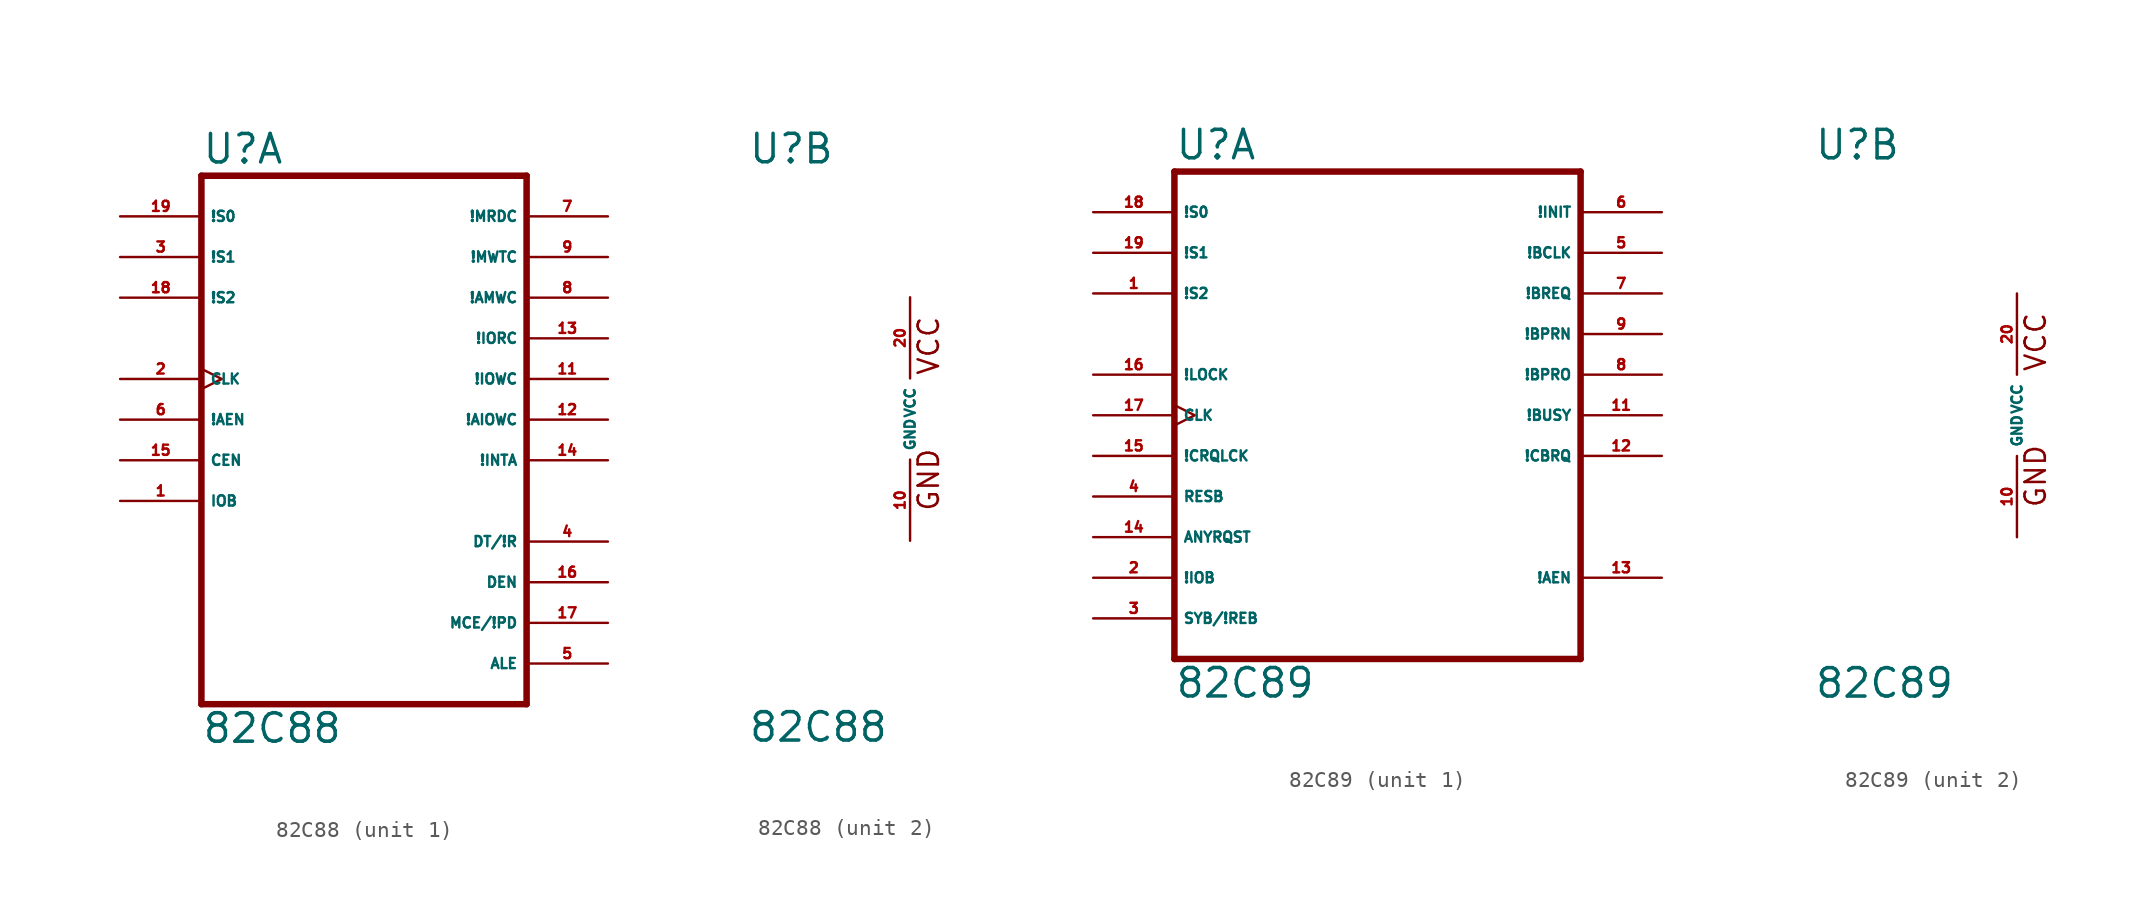
<source format=kicad_sym>
(kicad_symbol_lib
  (version 20220914)
  (generator Eagle2Kicad)
  (symbol "82C88"
    (property "Reference" "U"
      (at -10.16 15.875 0)
      (effects (font (size 1.778 1.778) (thickness 0.22)) (justify left bottom)))
    (property "Value" "82C88"
      (at -10.16 -20.32 0)
      (effects (font (size 1.778 1.778) (thickness 0.22)) (justify left bottom)))
    (symbol "82C88_1_0"
      (polyline (pts (xy -10.16 -17.78) (xy 10.16 -17.78)) (stroke (width 0.406) (type default)) (fill (type none)))
      (polyline (pts (xy 10.16 -17.78) (xy 10.16 15.24)) (stroke (width 0.406) (type default)) (fill (type none)))
      (polyline (pts (xy 10.16 15.24) (xy -10.16 15.24)) (stroke (width 0.406) (type default)) (fill (type none)))
      (polyline (pts (xy -10.16 15.24) (xy -10.16 -17.78)) (stroke (width 0.406) (type default)) (fill (type none)))
      (pin input line (at -15.24 -5.08 0) (length 5.08) (name "IOB" (effects (font (size 0.635 0.635) (thickness 0.08)) (justify left bottom))) (number "1" (effects (font (size 0.635 0.635) (thickness 0.08)) (justify left bottom))))
      (pin input clock (at -15.24 2.54 0) (length 5.08) (name "CLK" (effects (font (size 0.635 0.635) (thickness 0.08)) (justify left bottom))) (number "2" (effects (font (size 0.635 0.635) (thickness 0.08)) (justify left bottom))))
      (pin input line (at -15.24 10.16 0) (length 5.08) (name "!S1" (effects (font (size 0.635 0.635) (thickness 0.08)) (justify left bottom))) (number "3" (effects (font (size 0.635 0.635) (thickness 0.08)) (justify left bottom))))
      (pin output line (at 15.24 -7.62 180) (length 5.08) (name "DT/!R" (effects (font (size 0.635 0.635) (thickness 0.08)) (justify left bottom))) (number "4" (effects (font (size 0.635 0.635) (thickness 0.08)) (justify left bottom))))
      (pin output line (at 15.24 -15.24 180) (length 5.08) (name "ALE" (effects (font (size 0.635 0.635) (thickness 0.08)) (justify left bottom))) (number "5" (effects (font (size 0.635 0.635) (thickness 0.08)) (justify left bottom))))
      (pin input line (at -15.24 0 0) (length 5.08) (name "!AEN" (effects (font (size 0.635 0.635) (thickness 0.08)) (justify left bottom))) (number "6" (effects (font (size 0.635 0.635) (thickness 0.08)) (justify left bottom))))
      (pin output line (at 15.24 12.7 180) (length 5.08) (name "!MRDC" (effects (font (size 0.635 0.635) (thickness 0.08)) (justify left bottom))) (number "7" (effects (font (size 0.635 0.635) (thickness 0.08)) (justify left bottom))))
      (pin output line (at 15.24 7.62 180) (length 5.08) (name "!AMWC" (effects (font (size 0.635 0.635) (thickness 0.08)) (justify left bottom))) (number "8" (effects (font (size 0.635 0.635) (thickness 0.08)) (justify left bottom))))
      (pin output line (at 15.24 10.16 180) (length 5.08) (name "!MWTC" (effects (font (size 0.635 0.635) (thickness 0.08)) (justify left bottom))) (number "9" (effects (font (size 0.635 0.635) (thickness 0.08)) (justify left bottom))))
      (pin output line (at 15.24 2.54 180) (length 5.08) (name "!IOWC" (effects (font (size 0.635 0.635) (thickness 0.08)) (justify left bottom))) (number "11" (effects (font (size 0.635 0.635) (thickness 0.08)) (justify left bottom))))
      (pin output line (at 15.24 0 180) (length 5.08) (name "!AIOWC" (effects (font (size 0.635 0.635) (thickness 0.08)) (justify left bottom))) (number "12" (effects (font (size 0.635 0.635) (thickness 0.08)) (justify left bottom))))
      (pin output line (at 15.24 5.08 180) (length 5.08) (name "!IORC" (effects (font (size 0.635 0.635) (thickness 0.08)) (justify left bottom))) (number "13" (effects (font (size 0.635 0.635) (thickness 0.08)) (justify left bottom))))
      (pin output line (at 15.24 -2.54 180) (length 5.08) (name "!INTA" (effects (font (size 0.635 0.635) (thickness 0.08)) (justify left bottom))) (number "14" (effects (font (size 0.635 0.635) (thickness 0.08)) (justify left bottom))))
      (pin input line (at -15.24 -2.54 0) (length 5.08) (name "CEN" (effects (font (size 0.635 0.635) (thickness 0.08)) (justify left bottom))) (number "15" (effects (font (size 0.635 0.635) (thickness 0.08)) (justify left bottom))))
      (pin output line (at 15.24 -10.16 180) (length 5.08) (name "DEN" (effects (font (size 0.635 0.635) (thickness 0.08)) (justify left bottom))) (number "16" (effects (font (size 0.635 0.635) (thickness 0.08)) (justify left bottom))))
      (pin output line (at 15.24 -12.7 180) (length 5.08) (name "MCE/!PD" (effects (font (size 0.635 0.635) (thickness 0.08)) (justify left bottom))) (number "17" (effects (font (size 0.635 0.635) (thickness 0.08)) (justify left bottom))))
      (pin input line (at -15.24 7.62 0) (length 5.08) (name "!S2" (effects (font (size 0.635 0.635) (thickness 0.08)) (justify left bottom))) (number "18" (effects (font (size 0.635 0.635) (thickness 0.08)) (justify left bottom))))
      (pin input line (at -15.24 12.7 0) (length 5.08) (name "!S0" (effects (font (size 0.635 0.635) (thickness 0.08)) (justify left bottom))) (number "19" (effects (font (size 0.635 0.635) (thickness 0.08)) (justify left bottom)))))
    (symbol "82C88_2_0"
      (text "GND" (at 1.905 -5.842 900) (effects (font (size 1.27 1.27) (thickness 0.16)) (justify left bottom)))
      (text "VCC" (at 1.905 2.667 900) (effects (font (size 1.27 1.27) (thickness 0.16)) (justify left bottom)))
      (pin unspecified line (at 0 -7.62 90) (length 5.08) (name "GND" (effects (font (size 0.635 0.635) (thickness 0.08)) (justify left bottom))) (number "10" (effects (font (size 0.635 0.635) (thickness 0.08)) (justify left bottom))))
      (pin unspecified line (at 0 7.62 270) (length 5.08) (name "VCC" (effects (font (size 0.635 0.635) (thickness 0.08)) (justify left bottom))) (number "20" (effects (font (size 0.635 0.635) (thickness 0.08)) (justify left bottom))))))
  (symbol "82C89"
    (property "Reference" "U"
      (at -12.7 15.875 0)
      (effects (font (size 1.778 1.778) (thickness 0.22)) (justify left bottom)))
    (property "Value" "82C89"
      (at -12.7 -17.78 0)
      (effects (font (size 1.778 1.778) (thickness 0.22)) (justify left bottom)))
    (symbol "82C89_1_0"
      (polyline (pts (xy -12.7 -15.24) (xy 12.7 -15.24)) (stroke (width 0.406) (type default)) (fill (type none)))
      (polyline (pts (xy 12.7 -15.24) (xy 12.7 15.24)) (stroke (width 0.406) (type default)) (fill (type none)))
      (polyline (pts (xy 12.7 15.24) (xy -12.7 15.24)) (stroke (width 0.406) (type default)) (fill (type none)))
      (polyline (pts (xy -12.7 15.24) (xy -12.7 -15.24)) (stroke (width 0.406) (type default)) (fill (type none)))
      (pin input line (at -17.78 7.62 0) (length 5.08) (name "!S2" (effects (font (size 0.635 0.635) (thickness 0.08)) (justify left bottom))) (number "1" (effects (font (size 0.635 0.635) (thickness 0.08)) (justify left bottom))))
      (pin input line (at -17.78 -10.16 0) (length 5.08) (name "!IOB" (effects (font (size 0.635 0.635) (thickness 0.08)) (justify left bottom))) (number "2" (effects (font (size 0.635 0.635) (thickness 0.08)) (justify left bottom))))
      (pin input line (at -17.78 -12.7 0) (length 5.08) (name "SYB/!REB" (effects (font (size 0.635 0.635) (thickness 0.08)) (justify left bottom))) (number "3" (effects (font (size 0.635 0.635) (thickness 0.08)) (justify left bottom))))
      (pin input line (at -17.78 -5.08 0) (length 5.08) (name "RESB" (effects (font (size 0.635 0.635) (thickness 0.08)) (justify left bottom))) (number "4" (effects (font (size 0.635 0.635) (thickness 0.08)) (justify left bottom))))
      (pin input line (at 17.78 10.16 180) (length 5.08) (name "!BCLK" (effects (font (size 0.635 0.635) (thickness 0.08)) (justify left bottom))) (number "5" (effects (font (size 0.635 0.635) (thickness 0.08)) (justify left bottom))))
      (pin input line (at 17.78 12.7 180) (length 5.08) (name "!INIT" (effects (font (size 0.635 0.635) (thickness 0.08)) (justify left bottom))) (number "6" (effects (font (size 0.635 0.635) (thickness 0.08)) (justify left bottom))))
      (pin output line (at 17.78 7.62 180) (length 5.08) (name "!BREQ" (effects (font (size 0.635 0.635) (thickness 0.08)) (justify left bottom))) (number "7" (effects (font (size 0.635 0.635) (thickness 0.08)) (justify left bottom))))
      (pin output line (at 17.78 2.54 180) (length 5.08) (name "!BPRO" (effects (font (size 0.635 0.635) (thickness 0.08)) (justify left bottom))) (number "8" (effects (font (size 0.635 0.635) (thickness 0.08)) (justify left bottom))))
      (pin input line (at 17.78 5.08 180) (length 5.08) (name "!BPRN" (effects (font (size 0.635 0.635) (thickness 0.08)) (justify left bottom))) (number "9" (effects (font (size 0.635 0.635) (thickness 0.08)) (justify left bottom))))
      (pin bidirectional line (at 17.78 0 180) (length 5.08) (name "!BUSY" (effects (font (size 0.635 0.635) (thickness 0.08)) (justify left bottom))) (number "11" (effects (font (size 0.635 0.635) (thickness 0.08)) (justify left bottom))))
      (pin bidirectional line (at 17.78 -2.54 180) (length 5.08) (name "!CBRQ" (effects (font (size 0.635 0.635) (thickness 0.08)) (justify left bottom))) (number "12" (effects (font (size 0.635 0.635) (thickness 0.08)) (justify left bottom))))
      (pin output line (at 17.78 -10.16 180) (length 5.08) (name "!AEN" (effects (font (size 0.635 0.635) (thickness 0.08)) (justify left bottom))) (number "13" (effects (font (size 0.635 0.635) (thickness 0.08)) (justify left bottom))))
      (pin input line (at -17.78 -7.62 0) (length 5.08) (name "ANYRQST" (effects (font (size 0.635 0.635) (thickness 0.08)) (justify left bottom))) (number "14" (effects (font (size 0.635 0.635) (thickness 0.08)) (justify left bottom))))
      (pin input line (at -17.78 -2.54 0) (length 5.08) (name "!CRQLCK" (effects (font (size 0.635 0.635) (thickness 0.08)) (justify left bottom))) (number "15" (effects (font (size 0.635 0.635) (thickness 0.08)) (justify left bottom))))
      (pin input line (at -17.78 2.54 0) (length 5.08) (name "!LOCK" (effects (font (size 0.635 0.635) (thickness 0.08)) (justify left bottom))) (number "16" (effects (font (size 0.635 0.635) (thickness 0.08)) (justify left bottom))))
      (pin input clock (at -17.78 0 0) (length 5.08) (name "CLK" (effects (font (size 0.635 0.635) (thickness 0.08)) (justify left bottom))) (number "17" (effects (font (size 0.635 0.635) (thickness 0.08)) (justify left bottom))))
      (pin input line (at -17.78 12.7 0) (length 5.08) (name "!S0" (effects (font (size 0.635 0.635) (thickness 0.08)) (justify left bottom))) (number "18" (effects (font (size 0.635 0.635) (thickness 0.08)) (justify left bottom))))
      (pin input line (at -17.78 10.16 0) (length 5.08) (name "!S1" (effects (font (size 0.635 0.635) (thickness 0.08)) (justify left bottom))) (number "19" (effects (font (size 0.635 0.635) (thickness 0.08)) (justify left bottom)))))
    (symbol "82C89_2_0"
      (text "GND" (at 1.905 -5.842 900) (effects (font (size 1.27 1.27) (thickness 0.16)) (justify left bottom)))
      (text "VCC" (at 1.905 2.667 900) (effects (font (size 1.27 1.27) (thickness 0.16)) (justify left bottom)))
      (pin unspecified line (at 0 -7.62 90) (length 5.08) (name "GND" (effects (font (size 0.635 0.635) (thickness 0.08)) (justify left bottom))) (number "10" (effects (font (size 0.635 0.635) (thickness 0.08)) (justify left bottom))))
      (pin unspecified line (at 0 7.62 270) (length 5.08) (name "VCC" (effects (font (size 0.635 0.635) (thickness 0.08)) (justify left bottom))) (number "20" (effects (font (size 0.635 0.635) (thickness 0.08)) (justify left bottom)))))))
</source>
